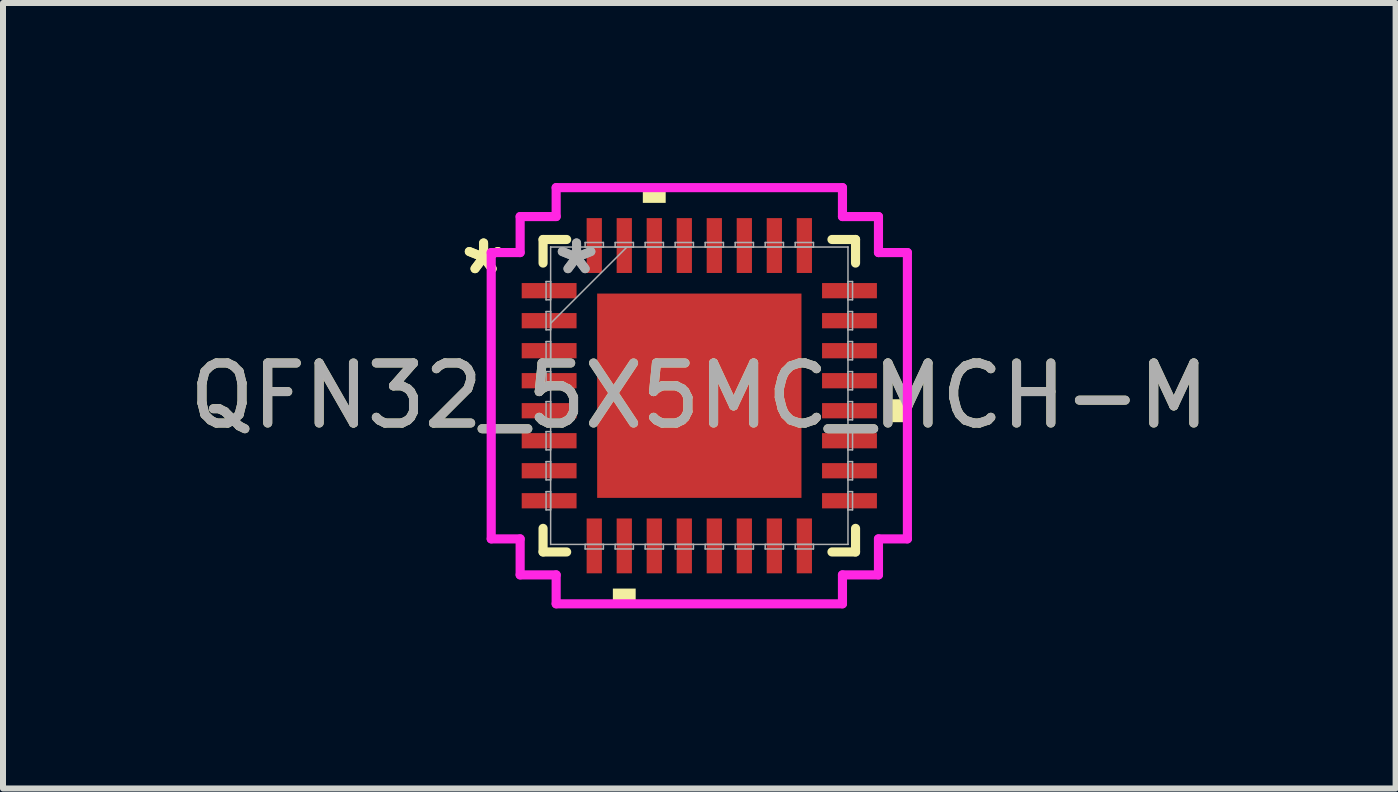
<source format=kicad_pcb>
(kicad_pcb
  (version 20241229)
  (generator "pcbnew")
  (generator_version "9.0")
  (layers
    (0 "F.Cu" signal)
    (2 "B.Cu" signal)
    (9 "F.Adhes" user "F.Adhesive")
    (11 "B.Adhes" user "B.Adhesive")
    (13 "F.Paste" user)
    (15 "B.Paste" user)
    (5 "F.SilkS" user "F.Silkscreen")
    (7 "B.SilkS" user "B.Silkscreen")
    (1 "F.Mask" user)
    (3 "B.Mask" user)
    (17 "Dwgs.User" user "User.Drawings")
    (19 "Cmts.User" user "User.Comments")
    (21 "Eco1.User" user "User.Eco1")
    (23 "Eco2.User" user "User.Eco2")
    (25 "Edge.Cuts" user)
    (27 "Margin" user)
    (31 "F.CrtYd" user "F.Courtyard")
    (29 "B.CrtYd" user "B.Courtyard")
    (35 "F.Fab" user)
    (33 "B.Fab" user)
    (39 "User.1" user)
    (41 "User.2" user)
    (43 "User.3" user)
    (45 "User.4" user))
  (footprint "QFN32_5X5MC_MCH-M"
    (layer "F.Cu")
    (at 8.601 3.543)
    (property "Reference" "QFN32_5X5MC_MCH-M" (at 0 0 0) (unlocked yes) (layer "F.SilkS") (effects (font (size 1 1) (thickness 0.15))))
    (attr smd)
    (fp_line (start -2.603 -2.603) (end -2.603 -2.21) (stroke (width 0.152) (type solid)) (layer "F.SilkS"))
    (fp_line (start -2.603 2.21) (end -2.603 2.603) (stroke (width 0.152) (type solid)) (layer "F.SilkS"))
    (fp_line (start -2.603 2.603) (end -2.21 2.603) (stroke (width 0.152) (type solid)) (layer "F.SilkS"))
    (fp_line (start -2.21 -2.603) (end -2.603 -2.603) (stroke (width 0.152) (type solid)) (layer "F.SilkS"))
    (fp_line (start 2.21 2.603) (end 2.603 2.603) (stroke (width 0.152) (type solid)) (layer "F.SilkS"))
    (fp_line (start 2.603 -2.603) (end 2.21 -2.603) (stroke (width 0.152) (type solid)) (layer "F.SilkS"))
    (fp_line (start 2.603 -2.21) (end 2.603 -2.603) (stroke (width 0.152) (type solid)) (layer "F.SilkS"))
    (fp_line (start 2.603 2.603) (end 2.603 2.21) (stroke (width 0.152) (type solid)) (layer "F.SilkS"))
    (fp_poly (pts (xy -1.44 3.213) (xy -1.44 3.467) (xy -1.06 3.467) (xy -1.06 3.213)) (stroke (width 0) (type solid)) (fill yes) (layer "F.SilkS"))
    (fp_poly (pts (xy -0.941 -3.213) (xy -0.941 -3.467) (xy -0.56 -3.467) (xy -0.56 -3.213)) (stroke (width 0) (type solid)) (fill yes) (layer "F.SilkS"))
    (fp_poly (pts (xy 3.467 0.059) (xy 3.467 0.441) (xy 3.213 0.441) (xy 3.213 0.059)) (stroke (width 0) (type solid)) (fill yes) (layer "F.SilkS"))
    (fp_poly (pts (xy -1.602 -1.602) (xy -1.602 -0.1) (xy -0.1 -0.1) (xy -0.1 -1.602)) (stroke (width 0) (type solid)) (fill yes) (layer "F.Paste"))
    (fp_poly (pts (xy -1.602 0.1) (xy -1.602 1.602) (xy -0.1 1.602) (xy -0.1 0.1)) (stroke (width 0) (type solid)) (fill yes) (layer "F.Paste"))
    (fp_poly (pts (xy 0.1 -1.602) (xy 0.1 -0.1) (xy 1.602 -0.1) (xy 1.602 -1.602)) (stroke (width 0) (type solid)) (fill yes) (layer "F.Paste"))
    (fp_poly (pts (xy 0.1 0.1) (xy 0.1 1.602) (xy 1.602 1.602) (xy 1.602 0.1)) (stroke (width 0) (type solid)) (fill yes) (layer "F.Paste"))
    (fp_line (start -3.467 -2.385) (end -2.985 -2.385) (stroke (width 0.152) (type solid)) (layer "F.CrtYd"))
    (fp_line (start -3.467 2.385) (end -3.467 -2.385) (stroke (width 0.152) (type solid)) (layer "F.CrtYd"))
    (fp_line (start -2.985 -2.985) (end -2.385 -2.985) (stroke (width 0.152) (type solid)) (layer "F.CrtYd"))
    (fp_line (start -2.985 -2.385) (end -2.985 -2.985) (stroke (width 0.152) (type solid)) (layer "F.CrtYd"))
    (fp_line (start -2.985 2.385) (end -3.467 2.385) (stroke (width 0.152) (type solid)) (layer "F.CrtYd"))
    (fp_line (start -2.985 2.985) (end -2.985 2.385) (stroke (width 0.152) (type solid)) (layer "F.CrtYd"))
    (fp_line (start -2.385 -3.467) (end 2.385 -3.467) (stroke (width 0.152) (type solid)) (layer "F.CrtYd"))
    (fp_line (start -2.385 -2.985) (end -2.385 -3.467) (stroke (width 0.152) (type solid)) (layer "F.CrtYd"))
    (fp_line (start -2.385 2.985) (end -2.985 2.985) (stroke (width 0.152) (type solid)) (layer "F.CrtYd"))
    (fp_line (start -2.385 3.467) (end -2.385 2.985) (stroke (width 0.152) (type solid)) (layer "F.CrtYd"))
    (fp_line (start 2.385 -3.467) (end 2.385 -2.985) (stroke (width 0.152) (type solid)) (layer "F.CrtYd"))
    (fp_line (start 2.385 -2.985) (end 2.985 -2.985) (stroke (width 0.152) (type solid)) (layer "F.CrtYd"))
    (fp_line (start 2.385 2.985) (end 2.385 3.467) (stroke (width 0.152) (type solid)) (layer "F.CrtYd"))
    (fp_line (start 2.385 3.467) (end -2.385 3.467) (stroke (width 0.152) (type solid)) (layer "F.CrtYd"))
    (fp_line (start 2.985 -2.985) (end 2.985 -2.385) (stroke (width 0.152) (type solid)) (layer "F.CrtYd"))
    (fp_line (start 2.985 -2.385) (end 3.467 -2.385) (stroke (width 0.152) (type solid)) (layer "F.CrtYd"))
    (fp_line (start 2.985 2.385) (end 2.985 2.985) (stroke (width 0.152) (type solid)) (layer "F.CrtYd"))
    (fp_line (start 2.985 2.985) (end 2.385 2.985) (stroke (width 0.152) (type solid)) (layer "F.CrtYd"))
    (fp_line (start 3.467 -2.385) (end 3.467 2.385) (stroke (width 0.152) (type solid)) (layer "F.CrtYd"))
    (fp_line (start 3.467 2.385) (end 2.985 2.385) (stroke (width 0.152) (type solid)) (layer "F.CrtYd"))
    (fp_line (start -2.553 -1.902) (end -2.553 -1.598) (stroke (width 0.025) (type solid)) (layer "F.Fab"))
    (fp_line (start -2.553 -1.598) (end -2.477 -1.598) (stroke (width 0.025) (type solid)) (layer "F.Fab"))
    (fp_line (start -2.553 -1.402) (end -2.553 -1.098) (stroke (width 0.025) (type solid)) (layer "F.Fab"))
    (fp_line (start -2.553 -1.098) (end -2.477 -1.098) (stroke (width 0.025) (type solid)) (layer "F.Fab"))
    (fp_line (start -2.553 -0.902) (end -2.553 -0.598) (stroke (width 0.025) (type solid)) (layer "F.Fab"))
    (fp_line (start -2.553 -0.598) (end -2.477 -0.598) (stroke (width 0.025) (type solid)) (layer "F.Fab"))
    (fp_line (start -2.553 -0.402) (end -2.553 -0.098) (stroke (width 0.025) (type solid)) (layer "F.Fab"))
    (fp_line (start -2.553 -0.098) (end -2.477 -0.098) (stroke (width 0.025) (type solid)) (layer "F.Fab"))
    (fp_line (start -2.553 0.098) (end -2.553 0.402) (stroke (width 0.025) (type solid)) (layer "F.Fab"))
    (fp_line (start -2.553 0.402) (end -2.477 0.402) (stroke (width 0.025) (type solid)) (layer "F.Fab"))
    (fp_line (start -2.553 0.598) (end -2.553 0.902) (stroke (width 0.025) (type solid)) (layer "F.Fab"))
    (fp_line (start -2.553 0.902) (end -2.477 0.902) (stroke (width 0.025) (type solid)) (layer "F.Fab"))
    (fp_line (start -2.553 1.098) (end -2.553 1.402) (stroke (width 0.025) (type solid)) (layer "F.Fab"))
    (fp_line (start -2.553 1.402) (end -2.477 1.402) (stroke (width 0.025) (type solid)) (layer "F.Fab"))
    (fp_line (start -2.553 1.598) (end -2.553 1.902) (stroke (width 0.025) (type solid)) (layer "F.Fab"))
    (fp_line (start -2.553 1.902) (end -2.477 1.902) (stroke (width 0.025) (type solid)) (layer "F.Fab"))
    (fp_line (start -2.477 -2.477) (end -2.477 -2.477) (stroke (width 0.025) (type solid)) (layer "F.Fab"))
    (fp_line (start -2.477 -2.477) (end -2.477 2.477) (stroke (width 0.025) (type solid)) (layer "F.Fab"))
    (fp_line (start -2.477 -1.902) (end -2.553 -1.902) (stroke (width 0.025) (type solid)) (layer "F.Fab"))
    (fp_line (start -2.477 -1.598) (end -2.477 -1.902) (stroke (width 0.025) (type solid)) (layer "F.Fab"))
    (fp_line (start -2.477 -1.402) (end -2.553 -1.402) (stroke (width 0.025) (type solid)) (layer "F.Fab"))
    (fp_line (start -2.477 -1.206) (end -1.206 -2.477) (stroke (width 0.025) (type solid)) (layer "F.Fab"))
    (fp_line (start -2.477 -1.098) (end -2.477 -1.402) (stroke (width 0.025) (type solid)) (layer "F.Fab"))
    (fp_line (start -2.477 -0.902) (end -2.553 -0.902) (stroke (width 0.025) (type solid)) (layer "F.Fab"))
    (fp_line (start -2.477 -0.598) (end -2.477 -0.902) (stroke (width 0.025) (type solid)) (layer "F.Fab"))
    (fp_line (start -2.477 -0.402) (end -2.553 -0.402) (stroke (width 0.025) (type solid)) (layer "F.Fab"))
    (fp_line (start -2.477 -0.098) (end -2.477 -0.402) (stroke (width 0.025) (type solid)) (layer "F.Fab"))
    (fp_line (start -2.477 0.098) (end -2.553 0.098) (stroke (width 0.025) (type solid)) (layer "F.Fab"))
    (fp_line (start -2.477 0.402) (end -2.477 0.098) (stroke (width 0.025) (type solid)) (layer "F.Fab"))
    (fp_line (start -2.477 0.598) (end -2.553 0.598) (stroke (width 0.025) (type solid)) (layer "F.Fab"))
    (fp_line (start -2.477 0.902) (end -2.477 0.598) (stroke (width 0.025) (type solid)) (layer "F.Fab"))
    (fp_line (start -2.477 1.098) (end -2.553 1.098) (stroke (width 0.025) (type solid)) (layer "F.Fab"))
    (fp_line (start -2.477 1.402) (end -2.477 1.098) (stroke (width 0.025) (type solid)) (layer "F.Fab"))
    (fp_line (start -2.477 1.598) (end -2.553 1.598) (stroke (width 0.025) (type solid)) (layer "F.Fab"))
    (fp_line (start -2.477 1.902) (end -2.477 1.598) (stroke (width 0.025) (type solid)) (layer "F.Fab"))
    (fp_line (start -2.477 2.477) (end -2.477 2.477) (stroke (width 0.025) (type solid)) (layer "F.Fab"))
    (fp_line (start -2.477 2.477) (end 2.477 2.477) (stroke (width 0.025) (type solid)) (layer "F.Fab"))
    (fp_line (start -1.902 -2.553) (end -1.902 -2.477) (stroke (width 0.025) (type solid)) (layer "F.Fab"))
    (fp_line (start -1.902 -2.477) (end -1.598 -2.477) (stroke (width 0.025) (type solid)) (layer "F.Fab"))
    (fp_line (start -1.902 2.477) (end -1.902 2.553) (stroke (width 0.025) (type solid)) (layer "F.Fab"))
    (fp_line (start -1.902 2.553) (end -1.598 2.553) (stroke (width 0.025) (type solid)) (layer "F.Fab"))
    (fp_line (start -1.598 -2.553) (end -1.902 -2.553) (stroke (width 0.025) (type solid)) (layer "F.Fab"))
    (fp_line (start -1.598 -2.477) (end -1.598 -2.553) (stroke (width 0.025) (type solid)) (layer "F.Fab"))
    (fp_line (start -1.598 2.477) (end -1.902 2.477) (stroke (width 0.025) (type solid)) (layer "F.Fab"))
    (fp_line (start -1.598 2.553) (end -1.598 2.477) (stroke (width 0.025) (type solid)) (layer "F.Fab"))
    (fp_line (start -1.402 -2.553) (end -1.402 -2.477) (stroke (width 0.025) (type solid)) (layer "F.Fab"))
    (fp_line (start -1.402 -2.477) (end -1.098 -2.477) (stroke (width 0.025) (type solid)) (layer "F.Fab"))
    (fp_line (start -1.402 2.477) (end -1.402 2.553) (stroke (width 0.025) (type solid)) (layer "F.Fab"))
    (fp_line (start -1.402 2.553) (end -1.098 2.553) (stroke (width 0.025) (type solid)) (layer "F.Fab"))
    (fp_line (start -1.098 -2.553) (end -1.402 -2.553) (stroke (width 0.025) (type solid)) (layer "F.Fab"))
    (fp_line (start -1.098 -2.477) (end -1.098 -2.553) (stroke (width 0.025) (type solid)) (layer "F.Fab"))
    (fp_line (start -1.098 2.477) (end -1.402 2.477) (stroke (width 0.025) (type solid)) (layer "F.Fab"))
    (fp_line (start -1.098 2.553) (end -1.098 2.477) (stroke (width 0.025) (type solid)) (layer "F.Fab"))
    (fp_line (start -0.902 -2.553) (end -0.902 -2.477) (stroke (width 0.025) (type solid)) (layer "F.Fab"))
    (fp_line (start -0.902 -2.477) (end -0.598 -2.477) (stroke (width 0.025) (type solid)) (layer "F.Fab"))
    (fp_line (start -0.902 2.477) (end -0.902 2.553) (stroke (width 0.025) (type solid)) (layer "F.Fab"))
    (fp_line (start -0.902 2.553) (end -0.598 2.553) (stroke (width 0.025) (type solid)) (layer "F.Fab"))
    (fp_line (start -0.598 -2.553) (end -0.902 -2.553) (stroke (width 0.025) (type solid)) (layer "F.Fab"))
    (fp_line (start -0.598 -2.477) (end -0.598 -2.553) (stroke (width 0.025) (type solid)) (layer "F.Fab"))
    (fp_line (start -0.598 2.477) (end -0.902 2.477) (stroke (width 0.025) (type solid)) (layer "F.Fab"))
    (fp_line (start -0.598 2.553) (end -0.598 2.477) (stroke (width 0.025) (type solid)) (layer "F.Fab"))
    (fp_line (start -0.402 -2.553) (end -0.402 -2.477) (stroke (width 0.025) (type solid)) (layer "F.Fab"))
    (fp_line (start -0.402 -2.477) (end -0.098 -2.477) (stroke (width 0.025) (type solid)) (layer "F.Fab"))
    (fp_line (start -0.402 2.477) (end -0.402 2.553) (stroke (width 0.025) (type solid)) (layer "F.Fab"))
    (fp_line (start -0.402 2.553) (end -0.098 2.553) (stroke (width 0.025) (type solid)) (layer "F.Fab"))
    (fp_line (start -0.098 -2.553) (end -0.402 -2.553) (stroke (width 0.025) (type solid)) (layer "F.Fab"))
    (fp_line (start -0.098 -2.477) (end -0.098 -2.553) (stroke (width 0.025) (type solid)) (layer "F.Fab"))
    (fp_line (start -0.098 2.477) (end -0.402 2.477) (stroke (width 0.025) (type solid)) (layer "F.Fab"))
    (fp_line (start -0.098 2.553) (end -0.098 2.477) (stroke (width 0.025) (type solid)) (layer "F.Fab"))
    (fp_line (start 0.098 -2.553) (end 0.098 -2.477) (stroke (width 0.025) (type solid)) (layer "F.Fab"))
    (fp_line (start 0.098 -2.477) (end 0.402 -2.477) (stroke (width 0.025) (type solid)) (layer "F.Fab"))
    (fp_line (start 0.098 2.477) (end 0.098 2.553) (stroke (width 0.025) (type solid)) (layer "F.Fab"))
    (fp_line (start 0.098 2.553) (end 0.402 2.553) (stroke (width 0.025) (type solid)) (layer "F.Fab"))
    (fp_line (start 0.402 -2.553) (end 0.098 -2.553) (stroke (width 0.025) (type solid)) (layer "F.Fab"))
    (fp_line (start 0.402 -2.477) (end 0.402 -2.553) (stroke (width 0.025) (type solid)) (layer "F.Fab"))
    (fp_line (start 0.402 2.477) (end 0.098 2.477) (stroke (width 0.025) (type solid)) (layer "F.Fab"))
    (fp_line (start 0.402 2.553) (end 0.402 2.477) (stroke (width 0.025) (type solid)) (layer "F.Fab"))
    (fp_line (start 0.598 -2.553) (end 0.598 -2.477) (stroke (width 0.025) (type solid)) (layer "F.Fab"))
    (fp_line (start 0.598 -2.477) (end 0.902 -2.477) (stroke (width 0.025) (type solid)) (layer "F.Fab"))
    (fp_line (start 0.598 2.477) (end 0.598 2.553) (stroke (width 0.025) (type solid)) (layer "F.Fab"))
    (fp_line (start 0.598 2.553) (end 0.902 2.553) (stroke (width 0.025) (type solid)) (layer "F.Fab"))
    (fp_line (start 0.902 -2.553) (end 0.598 -2.553) (stroke (width 0.025) (type solid)) (layer "F.Fab"))
    (fp_line (start 0.902 -2.477) (end 0.902 -2.553) (stroke (width 0.025) (type solid)) (layer "F.Fab"))
    (fp_line (start 0.902 2.477) (end 0.598 2.477) (stroke (width 0.025) (type solid)) (layer "F.Fab"))
    (fp_line (start 0.902 2.553) (end 0.902 2.477) (stroke (width 0.025) (type solid)) (layer "F.Fab"))
    (fp_line (start 1.098 -2.553) (end 1.098 -2.477) (stroke (width 0.025) (type solid)) (layer "F.Fab"))
    (fp_line (start 1.098 -2.477) (end 1.402 -2.477) (stroke (width 0.025) (type solid)) (layer "F.Fab"))
    (fp_line (start 1.098 2.477) (end 1.098 2.553) (stroke (width 0.025) (type solid)) (layer "F.Fab"))
    (fp_line (start 1.098 2.553) (end 1.402 2.553) (stroke (width 0.025) (type solid)) (layer "F.Fab"))
    (fp_line (start 1.402 -2.553) (end 1.098 -2.553) (stroke (width 0.025) (type solid)) (layer "F.Fab"))
    (fp_line (start 1.402 -2.477) (end 1.402 -2.553) (stroke (width 0.025) (type solid)) (layer "F.Fab"))
    (fp_line (start 1.402 2.477) (end 1.098 2.477) (stroke (width 0.025) (type solid)) (layer "F.Fab"))
    (fp_line (start 1.402 2.553) (end 1.402 2.477) (stroke (width 0.025) (type solid)) (layer "F.Fab"))
    (fp_line (start 1.598 -2.553) (end 1.598 -2.477) (stroke (width 0.025) (type solid)) (layer "F.Fab"))
    (fp_line (start 1.598 -2.477) (end 1.902 -2.477) (stroke (width 0.025) (type solid)) (layer "F.Fab"))
    (fp_line (start 1.598 2.477) (end 1.598 2.553) (stroke (width 0.025) (type solid)) (layer "F.Fab"))
    (fp_line (start 1.598 2.553) (end 1.902 2.553) (stroke (width 0.025) (type solid)) (layer "F.Fab"))
    (fp_line (start 1.902 -2.553) (end 1.598 -2.553) (stroke (width 0.025) (type solid)) (layer "F.Fab"))
    (fp_line (start 1.902 -2.477) (end 1.902 -2.553) (stroke (width 0.025) (type solid)) (layer "F.Fab"))
    (fp_line (start 1.902 2.477) (end 1.598 2.477) (stroke (width 0.025) (type solid)) (layer "F.Fab"))
    (fp_line (start 1.902 2.553) (end 1.902 2.477) (stroke (width 0.025) (type solid)) (layer "F.Fab"))
    (fp_line (start 2.477 -2.477) (end -2.477 -2.477) (stroke (width 0.025) (type solid)) (layer "F.Fab"))
    (fp_line (start 2.477 -2.477) (end 2.477 -2.477) (stroke (width 0.025) (type solid)) (layer "F.Fab"))
    (fp_line (start 2.477 -1.902) (end 2.477 -1.598) (stroke (width 0.025) (type solid)) (layer "F.Fab"))
    (fp_line (start 2.477 -1.598) (end 2.553 -1.598) (stroke (width 0.025) (type solid)) (layer "F.Fab"))
    (fp_line (start 2.477 -1.402) (end 2.477 -1.098) (stroke (width 0.025) (type solid)) (layer "F.Fab"))
    (fp_line (start 2.477 -1.098) (end 2.553 -1.098) (stroke (width 0.025) (type solid)) (layer "F.Fab"))
    (fp_line (start 2.477 -0.902) (end 2.477 -0.598) (stroke (width 0.025) (type solid)) (layer "F.Fab"))
    (fp_line (start 2.477 -0.598) (end 2.553 -0.598) (stroke (width 0.025) (type solid)) (layer "F.Fab"))
    (fp_line (start 2.477 -0.402) (end 2.477 -0.098) (stroke (width 0.025) (type solid)) (layer "F.Fab"))
    (fp_line (start 2.477 -0.098) (end 2.553 -0.098) (stroke (width 0.025) (type solid)) (layer "F.Fab"))
    (fp_line (start 2.477 0.098) (end 2.477 0.402) (stroke (width 0.025) (type solid)) (layer "F.Fab"))
    (fp_line (start 2.477 0.402) (end 2.553 0.402) (stroke (width 0.025) (type solid)) (layer "F.Fab"))
    (fp_line (start 2.477 0.598) (end 2.477 0.902) (stroke (width 0.025) (type solid)) (layer "F.Fab"))
    (fp_line (start 2.477 0.902) (end 2.553 0.902) (stroke (width 0.025) (type solid)) (layer "F.Fab"))
    (fp_line (start 2.477 1.098) (end 2.477 1.402) (stroke (width 0.025) (type solid)) (layer "F.Fab"))
    (fp_line (start 2.477 1.402) (end 2.553 1.402) (stroke (width 0.025) (type solid)) (layer "F.Fab"))
    (fp_line (start 2.477 1.598) (end 2.477 1.902) (stroke (width 0.025) (type solid)) (layer "F.Fab"))
    (fp_line (start 2.477 1.902) (end 2.553 1.902) (stroke (width 0.025) (type solid)) (layer "F.Fab"))
    (fp_line (start 2.477 2.477) (end 2.477 -2.477) (stroke (width 0.025) (type solid)) (layer "F.Fab"))
    (fp_line (start 2.477 2.477) (end 2.477 2.477) (stroke (width 0.025) (type solid)) (layer "F.Fab"))
    (fp_line (start 2.553 -1.902) (end 2.477 -1.902) (stroke (width 0.025) (type solid)) (layer "F.Fab"))
    (fp_line (start 2.553 -1.598) (end 2.553 -1.902) (stroke (width 0.025) (type solid)) (layer "F.Fab"))
    (fp_line (start 2.553 -1.402) (end 2.477 -1.402) (stroke (width 0.025) (type solid)) (layer "F.Fab"))
    (fp_line (start 2.553 -1.098) (end 2.553 -1.402) (stroke (width 0.025) (type solid)) (layer "F.Fab"))
    (fp_line (start 2.553 -0.902) (end 2.477 -0.902) (stroke (width 0.025) (type solid)) (layer "F.Fab"))
    (fp_line (start 2.553 -0.598) (end 2.553 -0.902) (stroke (width 0.025) (type solid)) (layer "F.Fab"))
    (fp_line (start 2.553 -0.402) (end 2.477 -0.402) (stroke (width 0.025) (type solid)) (layer "F.Fab"))
    (fp_line (start 2.553 -0.098) (end 2.553 -0.402) (stroke (width 0.025) (type solid)) (layer "F.Fab"))
    (fp_line (start 2.553 0.098) (end 2.477 0.098) (stroke (width 0.025) (type solid)) (layer "F.Fab"))
    (fp_line (start 2.553 0.402) (end 2.553 0.098) (stroke (width 0.025) (type solid)) (layer "F.Fab"))
    (fp_line (start 2.553 0.598) (end 2.477 0.598) (stroke (width 0.025) (type solid)) (layer "F.Fab"))
    (fp_line (start 2.553 0.902) (end 2.553 0.598) (stroke (width 0.025) (type solid)) (layer "F.Fab"))
    (fp_line (start 2.553 1.098) (end 2.477 1.098) (stroke (width 0.025) (type solid)) (layer "F.Fab"))
    (fp_line (start 2.553 1.402) (end 2.553 1.098) (stroke (width 0.025) (type solid)) (layer "F.Fab"))
    (fp_line (start 2.553 1.598) (end 2.477 1.598) (stroke (width 0.025) (type solid)) (layer "F.Fab"))
    (fp_line (start 2.553 1.902) (end 2.553 1.598) (stroke (width 0.025) (type solid)) (layer "F.Fab"))
    (fp_text user "*" (at -3.594 -2 0) (layer "F.SilkS") (effects (font (size 1 1) (thickness 0.15))))
    (fp_text user "*" (at -3.594 -2 0) (unlocked yes) (layer "F.SilkS") (effects (font (size 1 1) (thickness 0.15))))
    (fp_text user "${REFERENCE}" (at 0 0 0) (unlocked yes) (layer "F.Fab") (effects (font (size 1 1) (thickness 0.15))))
    (fp_text user "*" (at -2.045 -2 0) (layer "F.Fab") (effects (font (size 1 1) (thickness 0.15))))
    (fp_text user "*" (at -2.045 -2 0) (unlocked yes) (layer "F.Fab") (effects (font (size 1 1) (thickness 0.15))))
    (pad "1" smd rect (at -2.502 -1.75 90) (size 0.254 0.914) (layers "F.Cu" "F.Mask" "F.Paste"))
    (pad "2" smd rect (at -2.502 -1.25 90) (size 0.254 0.914) (layers "F.Cu" "F.Mask" "F.Paste"))
    (pad "3" smd rect (at -2.502 -0.75 90) (size 0.254 0.914) (layers "F.Cu" "F.Mask" "F.Paste"))
    (pad "4" smd rect (at -2.502 -0.25 90) (size 0.254 0.914) (layers "F.Cu" "F.Mask" "F.Paste"))
    (pad "5" smd rect (at -2.502 0.25 90) (size 0.254 0.914) (layers "F.Cu" "F.Mask" "F.Paste"))
    (pad "6" smd rect (at -2.502 0.75 90) (size 0.254 0.914) (layers "F.Cu" "F.Mask" "F.Paste"))
    (pad "7" smd rect (at -2.502 1.25 90) (size 0.254 0.914) (layers "F.Cu" "F.Mask" "F.Paste"))
    (pad "8" smd rect (at -2.502 1.75 90) (size 0.254 0.914) (layers "F.Cu" "F.Mask" "F.Paste"))
    (pad "9" smd rect (at -1.75 2.502) (size 0.254 0.914) (layers "F.Cu" "F.Mask" "F.Paste"))
    (pad "10" smd rect (at -1.25 2.502) (size 0.254 0.914) (layers "F.Cu" "F.Mask" "F.Paste"))
    (pad "11" smd rect (at -0.75 2.502) (size 0.254 0.914) (layers "F.Cu" "F.Mask" "F.Paste"))
    (pad "12" smd rect (at -0.25 2.502) (size 0.254 0.914) (layers "F.Cu" "F.Mask" "F.Paste"))
    (pad "13" smd rect (at 0.25 2.502) (size 0.254 0.914) (layers "F.Cu" "F.Mask" "F.Paste"))
    (pad "14" smd rect (at 0.75 2.502) (size 0.254 0.914) (layers "F.Cu" "F.Mask" "F.Paste"))
    (pad "15" smd rect (at 1.25 2.502) (size 0.254 0.914) (layers "F.Cu" "F.Mask" "F.Paste"))
    (pad "16" smd rect (at 1.75 2.502) (size 0.254 0.914) (layers "F.Cu" "F.Mask" "F.Paste"))
    (pad "17" smd rect (at 2.502 1.75 90) (size 0.254 0.914) (layers "F.Cu" "F.Mask" "F.Paste"))
    (pad "18" smd rect (at 2.502 1.25 90) (size 0.254 0.914) (layers "F.Cu" "F.Mask" "F.Paste"))
    (pad "19" smd rect (at 2.502 0.75 90) (size 0.254 0.914) (layers "F.Cu" "F.Mask" "F.Paste"))
    (pad "20" smd rect (at 2.502 0.25 90) (size 0.254 0.914) (layers "F.Cu" "F.Mask" "F.Paste"))
    (pad "21" smd rect (at 2.502 -0.25 90) (size 0.254 0.914) (layers "F.Cu" "F.Mask" "F.Paste"))
    (pad "22" smd rect (at 2.502 -0.75 90) (size 0.254 0.914) (layers "F.Cu" "F.Mask" "F.Paste"))
    (pad "23" smd rect (at 2.502 -1.25 90) (size 0.254 0.914) (layers "F.Cu" "F.Mask" "F.Paste"))
    (pad "24" smd rect (at 2.502 -1.75 90) (size 0.254 0.914) (layers "F.Cu" "F.Mask" "F.Paste"))
    (pad "25" smd rect (at 1.75 -2.502) (size 0.254 0.914) (layers "F.Cu" "F.Mask" "F.Paste"))
    (pad "26" smd rect (at 1.25 -2.502) (size 0.254 0.914) (layers "F.Cu" "F.Mask" "F.Paste"))
    (pad "27" smd rect (at 0.75 -2.502) (size 0.254 0.914) (layers "F.Cu" "F.Mask" "F.Paste"))
    (pad "28" smd rect (at 0.25 -2.502) (size 0.254 0.914) (layers "F.Cu" "F.Mask" "F.Paste"))
    (pad "29" smd rect (at -0.25 -2.502) (size 0.254 0.914) (layers "F.Cu" "F.Mask" "F.Paste"))
    (pad "30" smd rect (at -0.75 -2.502) (size 0.254 0.914) (layers "F.Cu" "F.Mask" "F.Paste"))
    (pad "31" smd rect (at -1.25 -2.502) (size 0.254 0.914) (layers "F.Cu" "F.Mask" "F.Paste"))
    (pad "32" smd rect (at -1.75 -2.502) (size 0.254 0.914) (layers "F.Cu" "F.Mask" "F.Paste"))
    (pad "33" smd rect (at 0 0) (size 3.404 3.404) (layers "F.Cu" "F.Mask" "F.Paste")))
  (gr_rect
    (start -3 -3)
    (end 20.202 10.087)
    (stroke (width 0.1) (type default))
    (fill no)
    (layer "Edge.Cuts")))
</source>
